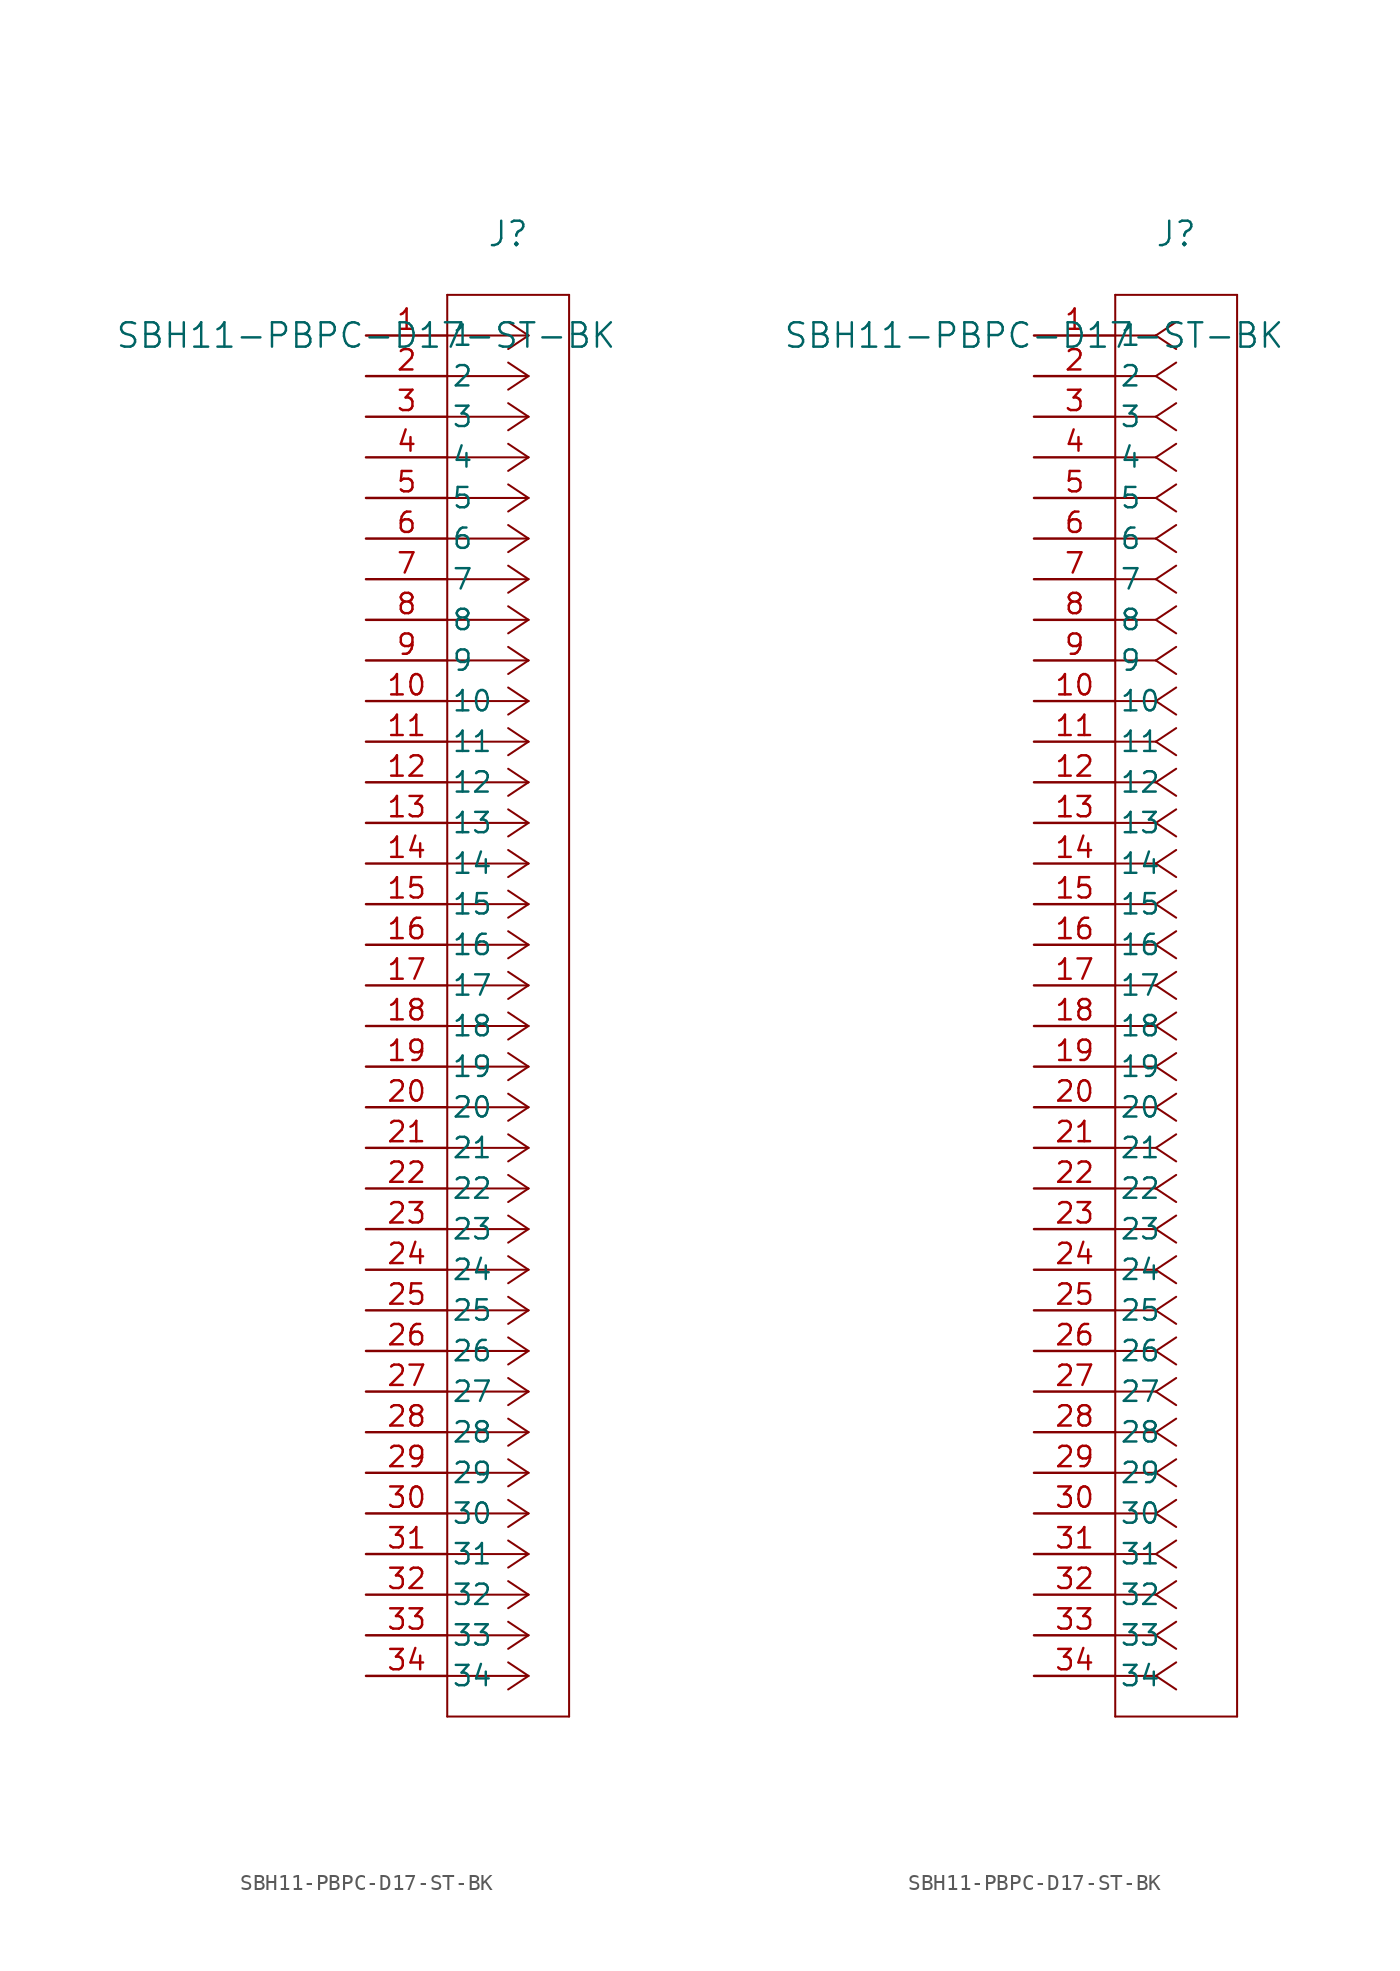
<source format=kicad_sym>
(kicad_symbol_lib
  (version 20211014)
  (generator kicad_symbol_editor)
  (symbol "SBH11-PBPC-D17-ST-BK"
    (pin_names
      (offset 0.254))
    (property "Reference" "J"
      (at 8.89 6.35 0)
      (effects (font (size 1.524 1.524))))
    (property "Value" "SBH11-PBPC-D17-ST-BK"
      (at 0 0 0)
      (effects (font (size 1.524 1.524))))
    (symbol "SBH11-PBPC-D17-ST-BK_1_1"
      (polyline (pts (xy 10.16 0) (xy 5.08 0)) (stroke (width 0.127) (type default) (color 0 0 0 0)) (fill (type none)))
      (polyline (pts (xy 10.16 -2.54) (xy 5.08 -2.54)) (stroke (width 0.127) (type default) (color 0 0 0 0)) (fill (type none)))
      (polyline (pts (xy 10.16 -5.08) (xy 5.08 -5.08)) (stroke (width 0.127) (type default) (color 0 0 0 0)) (fill (type none)))
      (polyline (pts (xy 10.16 -7.62) (xy 5.08 -7.62)) (stroke (width 0.127) (type default) (color 0 0 0 0)) (fill (type none)))
      (polyline (pts (xy 10.16 -10.16) (xy 5.08 -10.16)) (stroke (width 0.127) (type default) (color 0 0 0 0)) (fill (type none)))
      (polyline (pts (xy 10.16 -12.7) (xy 5.08 -12.7)) (stroke (width 0.127) (type default) (color 0 0 0 0)) (fill (type none)))
      (polyline (pts (xy 10.16 -15.24) (xy 5.08 -15.24)) (stroke (width 0.127) (type default) (color 0 0 0 0)) (fill (type none)))
      (polyline (pts (xy 10.16 -17.78) (xy 5.08 -17.78)) (stroke (width 0.127) (type default) (color 0 0 0 0)) (fill (type none)))
      (polyline (pts (xy 10.16 -20.32) (xy 5.08 -20.32)) (stroke (width 0.127) (type default) (color 0 0 0 0)) (fill (type none)))
      (polyline (pts (xy 10.16 -22.86) (xy 5.08 -22.86)) (stroke (width 0.127) (type default) (color 0 0 0 0)) (fill (type none)))
      (polyline (pts (xy 10.16 -25.4) (xy 5.08 -25.4)) (stroke (width 0.127) (type default) (color 0 0 0 0)) (fill (type none)))
      (polyline (pts (xy 10.16 -27.94) (xy 5.08 -27.94)) (stroke (width 0.127) (type default) (color 0 0 0 0)) (fill (type none)))
      (polyline (pts (xy 10.16 -30.48) (xy 5.08 -30.48)) (stroke (width 0.127) (type default) (color 0 0 0 0)) (fill (type none)))
      (polyline (pts (xy 10.16 -33.02) (xy 5.08 -33.02)) (stroke (width 0.127) (type default) (color 0 0 0 0)) (fill (type none)))
      (polyline (pts (xy 10.16 -35.56) (xy 5.08 -35.56)) (stroke (width 0.127) (type default) (color 0 0 0 0)) (fill (type none)))
      (polyline (pts (xy 10.16 -38.1) (xy 5.08 -38.1)) (stroke (width 0.127) (type default) (color 0 0 0 0)) (fill (type none)))
      (polyline (pts (xy 10.16 -40.64) (xy 5.08 -40.64)) (stroke (width 0.127) (type default) (color 0 0 0 0)) (fill (type none)))
      (polyline (pts (xy 10.16 -43.18) (xy 5.08 -43.18)) (stroke (width 0.127) (type default) (color 0 0 0 0)) (fill (type none)))
      (polyline (pts (xy 10.16 -45.72) (xy 5.08 -45.72)) (stroke (width 0.127) (type default) (color 0 0 0 0)) (fill (type none)))
      (polyline (pts (xy 10.16 -48.26) (xy 5.08 -48.26)) (stroke (width 0.127) (type default) (color 0 0 0 0)) (fill (type none)))
      (polyline (pts (xy 10.16 -50.8) (xy 5.08 -50.8)) (stroke (width 0.127) (type default) (color 0 0 0 0)) (fill (type none)))
      (polyline (pts (xy 10.16 -53.34) (xy 5.08 -53.34)) (stroke (width 0.127) (type default) (color 0 0 0 0)) (fill (type none)))
      (polyline (pts (xy 10.16 -55.88) (xy 5.08 -55.88)) (stroke (width 0.127) (type default) (color 0 0 0 0)) (fill (type none)))
      (polyline (pts (xy 10.16 -58.42) (xy 5.08 -58.42)) (stroke (width 0.127) (type default) (color 0 0 0 0)) (fill (type none)))
      (polyline (pts (xy 10.16 -60.96) (xy 5.08 -60.96)) (stroke (width 0.127) (type default) (color 0 0 0 0)) (fill (type none)))
      (polyline (pts (xy 10.16 -63.5) (xy 5.08 -63.5)) (stroke (width 0.127) (type default) (color 0 0 0 0)) (fill (type none)))
      (polyline (pts (xy 10.16 -66.04) (xy 5.08 -66.04)) (stroke (width 0.127) (type default) (color 0 0 0 0)) (fill (type none)))
      (polyline (pts (xy 10.16 -68.58) (xy 5.08 -68.58)) (stroke (width 0.127) (type default) (color 0 0 0 0)) (fill (type none)))
      (polyline (pts (xy 10.16 -71.12) (xy 5.08 -71.12)) (stroke (width 0.127) (type default) (color 0 0 0 0)) (fill (type none)))
      (polyline (pts (xy 10.16 -73.66) (xy 5.08 -73.66)) (stroke (width 0.127) (type default) (color 0 0 0 0)) (fill (type none)))
      (polyline (pts (xy 10.16 -76.2) (xy 5.08 -76.2)) (stroke (width 0.127) (type default) (color 0 0 0 0)) (fill (type none)))
      (polyline (pts (xy 10.16 -78.74) (xy 5.08 -78.74)) (stroke (width 0.127) (type default) (color 0 0 0 0)) (fill (type none)))
      (polyline (pts (xy 10.16 -81.28) (xy 5.08 -81.28)) (stroke (width 0.127) (type default) (color 0 0 0 0)) (fill (type none)))
      (polyline (pts (xy 10.16 -83.82) (xy 5.08 -83.82)) (stroke (width 0.127) (type default) (color 0 0 0 0)) (fill (type none)))
      (polyline (pts (xy 10.16 0) (xy 8.89 0.847)) (stroke (width 0.127) (type default) (color 0 0 0 0)) (fill (type none)))
      (polyline (pts (xy 10.16 -2.54) (xy 8.89 -1.693)) (stroke (width 0.127) (type default) (color 0 0 0 0)) (fill (type none)))
      (polyline (pts (xy 10.16 -5.08) (xy 8.89 -4.233)) (stroke (width 0.127) (type default) (color 0 0 0 0)) (fill (type none)))
      (polyline (pts (xy 10.16 -7.62) (xy 8.89 -6.773)) (stroke (width 0.127) (type default) (color 0 0 0 0)) (fill (type none)))
      (polyline (pts (xy 10.16 -10.16) (xy 8.89 -9.313)) (stroke (width 0.127) (type default) (color 0 0 0 0)) (fill (type none)))
      (polyline (pts (xy 10.16 -12.7) (xy 8.89 -11.853)) (stroke (width 0.127) (type default) (color 0 0 0 0)) (fill (type none)))
      (polyline (pts (xy 10.16 -15.24) (xy 8.89 -14.393)) (stroke (width 0.127) (type default) (color 0 0 0 0)) (fill (type none)))
      (polyline (pts (xy 10.16 -17.78) (xy 8.89 -16.933)) (stroke (width 0.127) (type default) (color 0 0 0 0)) (fill (type none)))
      (polyline (pts (xy 10.16 -20.32) (xy 8.89 -19.473)) (stroke (width 0.127) (type default) (color 0 0 0 0)) (fill (type none)))
      (polyline (pts (xy 10.16 -22.86) (xy 8.89 -22.013)) (stroke (width 0.127) (type default) (color 0 0 0 0)) (fill (type none)))
      (polyline (pts (xy 10.16 -25.4) (xy 8.89 -24.553)) (stroke (width 0.127) (type default) (color 0 0 0 0)) (fill (type none)))
      (polyline (pts (xy 10.16 -27.94) (xy 8.89 -27.093)) (stroke (width 0.127) (type default) (color 0 0 0 0)) (fill (type none)))
      (polyline (pts (xy 10.16 -30.48) (xy 8.89 -29.633)) (stroke (width 0.127) (type default) (color 0 0 0 0)) (fill (type none)))
      (polyline (pts (xy 10.16 -33.02) (xy 8.89 -32.173)) (stroke (width 0.127) (type default) (color 0 0 0 0)) (fill (type none)))
      (polyline (pts (xy 10.16 -35.56) (xy 8.89 -34.713)) (stroke (width 0.127) (type default) (color 0 0 0 0)) (fill (type none)))
      (polyline (pts (xy 10.16 -38.1) (xy 8.89 -37.253)) (stroke (width 0.127) (type default) (color 0 0 0 0)) (fill (type none)))
      (polyline (pts (xy 10.16 -40.64) (xy 8.89 -39.793)) (stroke (width 0.127) (type default) (color 0 0 0 0)) (fill (type none)))
      (polyline (pts (xy 10.16 -43.18) (xy 8.89 -42.333)) (stroke (width 0.127) (type default) (color 0 0 0 0)) (fill (type none)))
      (polyline (pts (xy 10.16 -45.72) (xy 8.89 -44.873)) (stroke (width 0.127) (type default) (color 0 0 0 0)) (fill (type none)))
      (polyline (pts (xy 10.16 -48.26) (xy 8.89 -47.413)) (stroke (width 0.127) (type default) (color 0 0 0 0)) (fill (type none)))
      (polyline (pts (xy 10.16 -50.8) (xy 8.89 -49.953)) (stroke (width 0.127) (type default) (color 0 0 0 0)) (fill (type none)))
      (polyline (pts (xy 10.16 -53.34) (xy 8.89 -52.493)) (stroke (width 0.127) (type default) (color 0 0 0 0)) (fill (type none)))
      (polyline (pts (xy 10.16 -55.88) (xy 8.89 -55.033)) (stroke (width 0.127) (type default) (color 0 0 0 0)) (fill (type none)))
      (polyline (pts (xy 10.16 -58.42) (xy 8.89 -57.573)) (stroke (width 0.127) (type default) (color 0 0 0 0)) (fill (type none)))
      (polyline (pts (xy 10.16 -60.96) (xy 8.89 -60.113)) (stroke (width 0.127) (type default) (color 0 0 0 0)) (fill (type none)))
      (polyline (pts (xy 10.16 -63.5) (xy 8.89 -62.653)) (stroke (width 0.127) (type default) (color 0 0 0 0)) (fill (type none)))
      (polyline (pts (xy 10.16 -66.04) (xy 8.89 -65.193)) (stroke (width 0.127) (type default) (color 0 0 0 0)) (fill (type none)))
      (polyline (pts (xy 10.16 -68.58) (xy 8.89 -67.733)) (stroke (width 0.127) (type default) (color 0 0 0 0)) (fill (type none)))
      (polyline (pts (xy 10.16 -71.12) (xy 8.89 -70.273)) (stroke (width 0.127) (type default) (color 0 0 0 0)) (fill (type none)))
      (polyline (pts (xy 10.16 -73.66) (xy 8.89 -72.813)) (stroke (width 0.127) (type default) (color 0 0 0 0)) (fill (type none)))
      (polyline (pts (xy 10.16 -76.2) (xy 8.89 -75.353)) (stroke (width 0.127) (type default) (color 0 0 0 0)) (fill (type none)))
      (polyline (pts (xy 10.16 -78.74) (xy 8.89 -77.893)) (stroke (width 0.127) (type default) (color 0 0 0 0)) (fill (type none)))
      (polyline (pts (xy 10.16 -81.28) (xy 8.89 -80.433)) (stroke (width 0.127) (type default) (color 0 0 0 0)) (fill (type none)))
      (polyline (pts (xy 10.16 -83.82) (xy 8.89 -82.973)) (stroke (width 0.127) (type default) (color 0 0 0 0)) (fill (type none)))
      (polyline (pts (xy 10.16 0) (xy 8.89 -0.847)) (stroke (width 0.127) (type default) (color 0 0 0 0)) (fill (type none)))
      (polyline (pts (xy 10.16 -2.54) (xy 8.89 -3.387)) (stroke (width 0.127) (type default) (color 0 0 0 0)) (fill (type none)))
      (polyline (pts (xy 10.16 -5.08) (xy 8.89 -5.927)) (stroke (width 0.127) (type default) (color 0 0 0 0)) (fill (type none)))
      (polyline (pts (xy 10.16 -7.62) (xy 8.89 -8.467)) (stroke (width 0.127) (type default) (color 0 0 0 0)) (fill (type none)))
      (polyline (pts (xy 10.16 -10.16) (xy 8.89 -11.007)) (stroke (width 0.127) (type default) (color 0 0 0 0)) (fill (type none)))
      (polyline (pts (xy 10.16 -12.7) (xy 8.89 -13.547)) (stroke (width 0.127) (type default) (color 0 0 0 0)) (fill (type none)))
      (polyline (pts (xy 10.16 -15.24) (xy 8.89 -16.087)) (stroke (width 0.127) (type default) (color 0 0 0 0)) (fill (type none)))
      (polyline (pts (xy 10.16 -17.78) (xy 8.89 -18.627)) (stroke (width 0.127) (type default) (color 0 0 0 0)) (fill (type none)))
      (polyline (pts (xy 10.16 -20.32) (xy 8.89 -21.167)) (stroke (width 0.127) (type default) (color 0 0 0 0)) (fill (type none)))
      (polyline (pts (xy 10.16 -22.86) (xy 8.89 -23.707)) (stroke (width 0.127) (type default) (color 0 0 0 0)) (fill (type none)))
      (polyline (pts (xy 10.16 -25.4) (xy 8.89 -26.247)) (stroke (width 0.127) (type default) (color 0 0 0 0)) (fill (type none)))
      (polyline (pts (xy 10.16 -27.94) (xy 8.89 -28.787)) (stroke (width 0.127) (type default) (color 0 0 0 0)) (fill (type none)))
      (polyline (pts (xy 10.16 -30.48) (xy 8.89 -31.327)) (stroke (width 0.127) (type default) (color 0 0 0 0)) (fill (type none)))
      (polyline (pts (xy 10.16 -33.02) (xy 8.89 -33.867)) (stroke (width 0.127) (type default) (color 0 0 0 0)) (fill (type none)))
      (polyline (pts (xy 10.16 -35.56) (xy 8.89 -36.407)) (stroke (width 0.127) (type default) (color 0 0 0 0)) (fill (type none)))
      (polyline (pts (xy 10.16 -38.1) (xy 8.89 -38.947)) (stroke (width 0.127) (type default) (color 0 0 0 0)) (fill (type none)))
      (polyline (pts (xy 10.16 -40.64) (xy 8.89 -41.487)) (stroke (width 0.127) (type default) (color 0 0 0 0)) (fill (type none)))
      (polyline (pts (xy 10.16 -43.18) (xy 8.89 -44.027)) (stroke (width 0.127) (type default) (color 0 0 0 0)) (fill (type none)))
      (polyline (pts (xy 10.16 -45.72) (xy 8.89 -46.567)) (stroke (width 0.127) (type default) (color 0 0 0 0)) (fill (type none)))
      (polyline (pts (xy 10.16 -48.26) (xy 8.89 -49.107)) (stroke (width 0.127) (type default) (color 0 0 0 0)) (fill (type none)))
      (polyline (pts (xy 10.16 -50.8) (xy 8.89 -51.647)) (stroke (width 0.127) (type default) (color 0 0 0 0)) (fill (type none)))
      (polyline (pts (xy 10.16 -53.34) (xy 8.89 -54.187)) (stroke (width 0.127) (type default) (color 0 0 0 0)) (fill (type none)))
      (polyline (pts (xy 10.16 -55.88) (xy 8.89 -56.727)) (stroke (width 0.127) (type default) (color 0 0 0 0)) (fill (type none)))
      (polyline (pts (xy 10.16 -58.42) (xy 8.89 -59.267)) (stroke (width 0.127) (type default) (color 0 0 0 0)) (fill (type none)))
      (polyline (pts (xy 10.16 -60.96) (xy 8.89 -61.807)) (stroke (width 0.127) (type default) (color 0 0 0 0)) (fill (type none)))
      (polyline (pts (xy 10.16 -63.5) (xy 8.89 -64.347)) (stroke (width 0.127) (type default) (color 0 0 0 0)) (fill (type none)))
      (polyline (pts (xy 10.16 -66.04) (xy 8.89 -66.887)) (stroke (width 0.127) (type default) (color 0 0 0 0)) (fill (type none)))
      (polyline (pts (xy 10.16 -68.58) (xy 8.89 -69.427)) (stroke (width 0.127) (type default) (color 0 0 0 0)) (fill (type none)))
      (polyline (pts (xy 10.16 -71.12) (xy 8.89 -71.967)) (stroke (width 0.127) (type default) (color 0 0 0 0)) (fill (type none)))
      (polyline (pts (xy 10.16 -73.66) (xy 8.89 -74.507)) (stroke (width 0.127) (type default) (color 0 0 0 0)) (fill (type none)))
      (polyline (pts (xy 10.16 -76.2) (xy 8.89 -77.047)) (stroke (width 0.127) (type default) (color 0 0 0 0)) (fill (type none)))
      (polyline (pts (xy 10.16 -78.74) (xy 8.89 -79.587)) (stroke (width 0.127) (type default) (color 0 0 0 0)) (fill (type none)))
      (polyline (pts (xy 10.16 -81.28) (xy 8.89 -82.127)) (stroke (width 0.127) (type default) (color 0 0 0 0)) (fill (type none)))
      (polyline (pts (xy 10.16 -83.82) (xy 8.89 -84.667)) (stroke (width 0.127) (type default) (color 0 0 0 0)) (fill (type none)))
      (polyline (pts (xy 5.08 2.54) (xy 5.08 -86.36)) (stroke (width 0.127) (type default) (color 0 0 0 0)) (fill (type none)))
      (polyline (pts (xy 5.08 -86.36) (xy 12.7 -86.36)) (stroke (width 0.127) (type default) (color 0 0 0 0)) (fill (type none)))
      (polyline (pts (xy 12.7 -86.36) (xy 12.7 2.54)) (stroke (width 0.127) (type default) (color 0 0 0 0)) (fill (type none)))
      (polyline (pts (xy 12.7 2.54) (xy 5.08 2.54)) (stroke (width 0.127) (type default) (color 0 0 0 0)) (fill (type none)))
      (pin unspecified line (at 0 0 0) (length 5.08) (name "1" (effects (font (size 1.27 1.27)))) (number "1" (effects (font (size 1.27 1.27)))))
      (pin unspecified line (at 0 -2.54 0) (length 5.08) (name "2" (effects (font (size 1.27 1.27)))) (number "2" (effects (font (size 1.27 1.27)))))
      (pin unspecified line (at 0 -5.08 0) (length 5.08) (name "3" (effects (font (size 1.27 1.27)))) (number "3" (effects (font (size 1.27 1.27)))))
      (pin unspecified line (at 0 -7.62 0) (length 5.08) (name "4" (effects (font (size 1.27 1.27)))) (number "4" (effects (font (size 1.27 1.27)))))
      (pin unspecified line (at 0 -10.16 0) (length 5.08) (name "5" (effects (font (size 1.27 1.27)))) (number "5" (effects (font (size 1.27 1.27)))))
      (pin unspecified line (at 0 -12.7 0) (length 5.08) (name "6" (effects (font (size 1.27 1.27)))) (number "6" (effects (font (size 1.27 1.27)))))
      (pin unspecified line (at 0 -15.24 0) (length 5.08) (name "7" (effects (font (size 1.27 1.27)))) (number "7" (effects (font (size 1.27 1.27)))))
      (pin unspecified line (at 0 -17.78 0) (length 5.08) (name "8" (effects (font (size 1.27 1.27)))) (number "8" (effects (font (size 1.27 1.27)))))
      (pin unspecified line (at 0 -20.32 0) (length 5.08) (name "9" (effects (font (size 1.27 1.27)))) (number "9" (effects (font (size 1.27 1.27)))))
      (pin unspecified line (at 0 -22.86 0) (length 5.08) (name "10" (effects (font (size 1.27 1.27)))) (number "10" (effects (font (size 1.27 1.27)))))
      (pin unspecified line (at 0 -25.4 0) (length 5.08) (name "11" (effects (font (size 1.27 1.27)))) (number "11" (effects (font (size 1.27 1.27)))))
      (pin unspecified line (at 0 -27.94 0) (length 5.08) (name "12" (effects (font (size 1.27 1.27)))) (number "12" (effects (font (size 1.27 1.27)))))
      (pin unspecified line (at 0 -30.48 0) (length 5.08) (name "13" (effects (font (size 1.27 1.27)))) (number "13" (effects (font (size 1.27 1.27)))))
      (pin unspecified line (at 0 -33.02 0) (length 5.08) (name "14" (effects (font (size 1.27 1.27)))) (number "14" (effects (font (size 1.27 1.27)))))
      (pin unspecified line (at 0 -35.56 0) (length 5.08) (name "15" (effects (font (size 1.27 1.27)))) (number "15" (effects (font (size 1.27 1.27)))))
      (pin unspecified line (at 0 -38.1 0) (length 5.08) (name "16" (effects (font (size 1.27 1.27)))) (number "16" (effects (font (size 1.27 1.27)))))
      (pin unspecified line (at 0 -40.64 0) (length 5.08) (name "17" (effects (font (size 1.27 1.27)))) (number "17" (effects (font (size 1.27 1.27)))))
      (pin unspecified line (at 0 -43.18 0) (length 5.08) (name "18" (effects (font (size 1.27 1.27)))) (number "18" (effects (font (size 1.27 1.27)))))
      (pin unspecified line (at 0 -45.72 0) (length 5.08) (name "19" (effects (font (size 1.27 1.27)))) (number "19" (effects (font (size 1.27 1.27)))))
      (pin unspecified line (at 0 -48.26 0) (length 5.08) (name "20" (effects (font (size 1.27 1.27)))) (number "20" (effects (font (size 1.27 1.27)))))
      (pin unspecified line (at 0 -50.8 0) (length 5.08) (name "21" (effects (font (size 1.27 1.27)))) (number "21" (effects (font (size 1.27 1.27)))))
      (pin unspecified line (at 0 -53.34 0) (length 5.08) (name "22" (effects (font (size 1.27 1.27)))) (number "22" (effects (font (size 1.27 1.27)))))
      (pin unspecified line (at 0 -55.88 0) (length 5.08) (name "23" (effects (font (size 1.27 1.27)))) (number "23" (effects (font (size 1.27 1.27)))))
      (pin unspecified line (at 0 -58.42 0) (length 5.08) (name "24" (effects (font (size 1.27 1.27)))) (number "24" (effects (font (size 1.27 1.27)))))
      (pin unspecified line (at 0 -60.96 0) (length 5.08) (name "25" (effects (font (size 1.27 1.27)))) (number "25" (effects (font (size 1.27 1.27)))))
      (pin unspecified line (at 0 -63.5 0) (length 5.08) (name "26" (effects (font (size 1.27 1.27)))) (number "26" (effects (font (size 1.27 1.27)))))
      (pin unspecified line (at 0 -66.04 0) (length 5.08) (name "27" (effects (font (size 1.27 1.27)))) (number "27" (effects (font (size 1.27 1.27)))))
      (pin unspecified line (at 0 -68.58 0) (length 5.08) (name "28" (effects (font (size 1.27 1.27)))) (number "28" (effects (font (size 1.27 1.27)))))
      (pin unspecified line (at 0 -71.12 0) (length 5.08) (name "29" (effects (font (size 1.27 1.27)))) (number "29" (effects (font (size 1.27 1.27)))))
      (pin unspecified line (at 0 -73.66 0) (length 5.08) (name "30" (effects (font (size 1.27 1.27)))) (number "30" (effects (font (size 1.27 1.27)))))
      (pin unspecified line (at 0 -76.2 0) (length 5.08) (name "31" (effects (font (size 1.27 1.27)))) (number "31" (effects (font (size 1.27 1.27)))))
      (pin unspecified line (at 0 -78.74 0) (length 5.08) (name "32" (effects (font (size 1.27 1.27)))) (number "32" (effects (font (size 1.27 1.27)))))
      (pin unspecified line (at 0 -81.28 0) (length 5.08) (name "33" (effects (font (size 1.27 1.27)))) (number "33" (effects (font (size 1.27 1.27)))))
      (pin unspecified line (at 0 -83.82 0) (length 5.08) (name "34" (effects (font (size 1.27 1.27)))) (number "34" (effects (font (size 1.27 1.27))))))
    (symbol "SBH11-PBPC-D17-ST-BK_1_2"
      (polyline (pts (xy 7.62 0) (xy 5.08 0)) (stroke (width 0.127) (type default) (color 0 0 0 0)) (fill (type none)))
      (polyline (pts (xy 7.62 -2.54) (xy 5.08 -2.54)) (stroke (width 0.127) (type default) (color 0 0 0 0)) (fill (type none)))
      (polyline (pts (xy 7.62 -5.08) (xy 5.08 -5.08)) (stroke (width 0.127) (type default) (color 0 0 0 0)) (fill (type none)))
      (polyline (pts (xy 7.62 -7.62) (xy 5.08 -7.62)) (stroke (width 0.127) (type default) (color 0 0 0 0)) (fill (type none)))
      (polyline (pts (xy 7.62 -10.16) (xy 5.08 -10.16)) (stroke (width 0.127) (type default) (color 0 0 0 0)) (fill (type none)))
      (polyline (pts (xy 7.62 -12.7) (xy 5.08 -12.7)) (stroke (width 0.127) (type default) (color 0 0 0 0)) (fill (type none)))
      (polyline (pts (xy 7.62 -15.24) (xy 5.08 -15.24)) (stroke (width 0.127) (type default) (color 0 0 0 0)) (fill (type none)))
      (polyline (pts (xy 7.62 -17.78) (xy 5.08 -17.78)) (stroke (width 0.127) (type default) (color 0 0 0 0)) (fill (type none)))
      (polyline (pts (xy 7.62 -20.32) (xy 5.08 -20.32)) (stroke (width 0.127) (type default) (color 0 0 0 0)) (fill (type none)))
      (polyline (pts (xy 7.62 -22.86) (xy 5.08 -22.86)) (stroke (width 0.127) (type default) (color 0 0 0 0)) (fill (type none)))
      (polyline (pts (xy 7.62 -25.4) (xy 5.08 -25.4)) (stroke (width 0.127) (type default) (color 0 0 0 0)) (fill (type none)))
      (polyline (pts (xy 7.62 -27.94) (xy 5.08 -27.94)) (stroke (width 0.127) (type default) (color 0 0 0 0)) (fill (type none)))
      (polyline (pts (xy 7.62 -30.48) (xy 5.08 -30.48)) (stroke (width 0.127) (type default) (color 0 0 0 0)) (fill (type none)))
      (polyline (pts (xy 7.62 -33.02) (xy 5.08 -33.02)) (stroke (width 0.127) (type default) (color 0 0 0 0)) (fill (type none)))
      (polyline (pts (xy 7.62 -35.56) (xy 5.08 -35.56)) (stroke (width 0.127) (type default) (color 0 0 0 0)) (fill (type none)))
      (polyline (pts (xy 7.62 -38.1) (xy 5.08 -38.1)) (stroke (width 0.127) (type default) (color 0 0 0 0)) (fill (type none)))
      (polyline (pts (xy 7.62 -40.64) (xy 5.08 -40.64)) (stroke (width 0.127) (type default) (color 0 0 0 0)) (fill (type none)))
      (polyline (pts (xy 7.62 -43.18) (xy 5.08 -43.18)) (stroke (width 0.127) (type default) (color 0 0 0 0)) (fill (type none)))
      (polyline (pts (xy 7.62 -45.72) (xy 5.08 -45.72)) (stroke (width 0.127) (type default) (color 0 0 0 0)) (fill (type none)))
      (polyline (pts (xy 7.62 -48.26) (xy 5.08 -48.26)) (stroke (width 0.127) (type default) (color 0 0 0 0)) (fill (type none)))
      (polyline (pts (xy 7.62 -50.8) (xy 5.08 -50.8)) (stroke (width 0.127) (type default) (color 0 0 0 0)) (fill (type none)))
      (polyline (pts (xy 7.62 -53.34) (xy 5.08 -53.34)) (stroke (width 0.127) (type default) (color 0 0 0 0)) (fill (type none)))
      (polyline (pts (xy 7.62 -55.88) (xy 5.08 -55.88)) (stroke (width 0.127) (type default) (color 0 0 0 0)) (fill (type none)))
      (polyline (pts (xy 7.62 -58.42) (xy 5.08 -58.42)) (stroke (width 0.127) (type default) (color 0 0 0 0)) (fill (type none)))
      (polyline (pts (xy 7.62 -60.96) (xy 5.08 -60.96)) (stroke (width 0.127) (type default) (color 0 0 0 0)) (fill (type none)))
      (polyline (pts (xy 7.62 -63.5) (xy 5.08 -63.5)) (stroke (width 0.127) (type default) (color 0 0 0 0)) (fill (type none)))
      (polyline (pts (xy 7.62 -66.04) (xy 5.08 -66.04)) (stroke (width 0.127) (type default) (color 0 0 0 0)) (fill (type none)))
      (polyline (pts (xy 7.62 -68.58) (xy 5.08 -68.58)) (stroke (width 0.127) (type default) (color 0 0 0 0)) (fill (type none)))
      (polyline (pts (xy 7.62 -71.12) (xy 5.08 -71.12)) (stroke (width 0.127) (type default) (color 0 0 0 0)) (fill (type none)))
      (polyline (pts (xy 7.62 -73.66) (xy 5.08 -73.66)) (stroke (width 0.127) (type default) (color 0 0 0 0)) (fill (type none)))
      (polyline (pts (xy 7.62 -76.2) (xy 5.08 -76.2)) (stroke (width 0.127) (type default) (color 0 0 0 0)) (fill (type none)))
      (polyline (pts (xy 7.62 -78.74) (xy 5.08 -78.74)) (stroke (width 0.127) (type default) (color 0 0 0 0)) (fill (type none)))
      (polyline (pts (xy 7.62 -81.28) (xy 5.08 -81.28)) (stroke (width 0.127) (type default) (color 0 0 0 0)) (fill (type none)))
      (polyline (pts (xy 7.62 -83.82) (xy 5.08 -83.82)) (stroke (width 0.127) (type default) (color 0 0 0 0)) (fill (type none)))
      (polyline (pts (xy 7.62 0) (xy 8.89 0.847)) (stroke (width 0.127) (type default) (color 0 0 0 0)) (fill (type none)))
      (polyline (pts (xy 7.62 -2.54) (xy 8.89 -1.693)) (stroke (width 0.127) (type default) (color 0 0 0 0)) (fill (type none)))
      (polyline (pts (xy 7.62 -5.08) (xy 8.89 -4.233)) (stroke (width 0.127) (type default) (color 0 0 0 0)) (fill (type none)))
      (polyline (pts (xy 7.62 -7.62) (xy 8.89 -6.773)) (stroke (width 0.127) (type default) (color 0 0 0 0)) (fill (type none)))
      (polyline (pts (xy 7.62 -10.16) (xy 8.89 -9.313)) (stroke (width 0.127) (type default) (color 0 0 0 0)) (fill (type none)))
      (polyline (pts (xy 7.62 -12.7) (xy 8.89 -11.853)) (stroke (width 0.127) (type default) (color 0 0 0 0)) (fill (type none)))
      (polyline (pts (xy 7.62 -15.24) (xy 8.89 -14.393)) (stroke (width 0.127) (type default) (color 0 0 0 0)) (fill (type none)))
      (polyline (pts (xy 7.62 -17.78) (xy 8.89 -16.933)) (stroke (width 0.127) (type default) (color 0 0 0 0)) (fill (type none)))
      (polyline (pts (xy 7.62 -20.32) (xy 8.89 -19.473)) (stroke (width 0.127) (type default) (color 0 0 0 0)) (fill (type none)))
      (polyline (pts (xy 7.62 -22.86) (xy 8.89 -22.013)) (stroke (width 0.127) (type default) (color 0 0 0 0)) (fill (type none)))
      (polyline (pts (xy 7.62 -25.4) (xy 8.89 -24.553)) (stroke (width 0.127) (type default) (color 0 0 0 0)) (fill (type none)))
      (polyline (pts (xy 7.62 -27.94) (xy 8.89 -27.093)) (stroke (width 0.127) (type default) (color 0 0 0 0)) (fill (type none)))
      (polyline (pts (xy 7.62 -30.48) (xy 8.89 -29.633)) (stroke (width 0.127) (type default) (color 0 0 0 0)) (fill (type none)))
      (polyline (pts (xy 7.62 -33.02) (xy 8.89 -32.173)) (stroke (width 0.127) (type default) (color 0 0 0 0)) (fill (type none)))
      (polyline (pts (xy 7.62 -35.56) (xy 8.89 -34.713)) (stroke (width 0.127) (type default) (color 0 0 0 0)) (fill (type none)))
      (polyline (pts (xy 7.62 -38.1) (xy 8.89 -37.253)) (stroke (width 0.127) (type default) (color 0 0 0 0)) (fill (type none)))
      (polyline (pts (xy 7.62 -40.64) (xy 8.89 -39.793)) (stroke (width 0.127) (type default) (color 0 0 0 0)) (fill (type none)))
      (polyline (pts (xy 7.62 -43.18) (xy 8.89 -42.333)) (stroke (width 0.127) (type default) (color 0 0 0 0)) (fill (type none)))
      (polyline (pts (xy 7.62 -45.72) (xy 8.89 -44.873)) (stroke (width 0.127) (type default) (color 0 0 0 0)) (fill (type none)))
      (polyline (pts (xy 7.62 -48.26) (xy 8.89 -47.413)) (stroke (width 0.127) (type default) (color 0 0 0 0)) (fill (type none)))
      (polyline (pts (xy 7.62 -50.8) (xy 8.89 -49.953)) (stroke (width 0.127) (type default) (color 0 0 0 0)) (fill (type none)))
      (polyline (pts (xy 7.62 -53.34) (xy 8.89 -52.493)) (stroke (width 0.127) (type default) (color 0 0 0 0)) (fill (type none)))
      (polyline (pts (xy 7.62 -55.88) (xy 8.89 -55.033)) (stroke (width 0.127) (type default) (color 0 0 0 0)) (fill (type none)))
      (polyline (pts (xy 7.62 -58.42) (xy 8.89 -57.573)) (stroke (width 0.127) (type default) (color 0 0 0 0)) (fill (type none)))
      (polyline (pts (xy 7.62 -60.96) (xy 8.89 -60.113)) (stroke (width 0.127) (type default) (color 0 0 0 0)) (fill (type none)))
      (polyline (pts (xy 7.62 -63.5) (xy 8.89 -62.653)) (stroke (width 0.127) (type default) (color 0 0 0 0)) (fill (type none)))
      (polyline (pts (xy 7.62 -66.04) (xy 8.89 -65.193)) (stroke (width 0.127) (type default) (color 0 0 0 0)) (fill (type none)))
      (polyline (pts (xy 7.62 -68.58) (xy 8.89 -67.733)) (stroke (width 0.127) (type default) (color 0 0 0 0)) (fill (type none)))
      (polyline (pts (xy 7.62 -71.12) (xy 8.89 -70.273)) (stroke (width 0.127) (type default) (color 0 0 0 0)) (fill (type none)))
      (polyline (pts (xy 7.62 -73.66) (xy 8.89 -72.813)) (stroke (width 0.127) (type default) (color 0 0 0 0)) (fill (type none)))
      (polyline (pts (xy 7.62 -76.2) (xy 8.89 -75.353)) (stroke (width 0.127) (type default) (color 0 0 0 0)) (fill (type none)))
      (polyline (pts (xy 7.62 -78.74) (xy 8.89 -77.893)) (stroke (width 0.127) (type default) (color 0 0 0 0)) (fill (type none)))
      (polyline (pts (xy 7.62 -81.28) (xy 8.89 -80.433)) (stroke (width 0.127) (type default) (color 0 0 0 0)) (fill (type none)))
      (polyline (pts (xy 7.62 -83.82) (xy 8.89 -82.973)) (stroke (width 0.127) (type default) (color 0 0 0 0)) (fill (type none)))
      (polyline (pts (xy 7.62 0) (xy 8.89 -0.847)) (stroke (width 0.127) (type default) (color 0 0 0 0)) (fill (type none)))
      (polyline (pts (xy 7.62 -2.54) (xy 8.89 -3.387)) (stroke (width 0.127) (type default) (color 0 0 0 0)) (fill (type none)))
      (polyline (pts (xy 7.62 -5.08) (xy 8.89 -5.927)) (stroke (width 0.127) (type default) (color 0 0 0 0)) (fill (type none)))
      (polyline (pts (xy 7.62 -7.62) (xy 8.89 -8.467)) (stroke (width 0.127) (type default) (color 0 0 0 0)) (fill (type none)))
      (polyline (pts (xy 7.62 -10.16) (xy 8.89 -11.007)) (stroke (width 0.127) (type default) (color 0 0 0 0)) (fill (type none)))
      (polyline (pts (xy 7.62 -12.7) (xy 8.89 -13.547)) (stroke (width 0.127) (type default) (color 0 0 0 0)) (fill (type none)))
      (polyline (pts (xy 7.62 -15.24) (xy 8.89 -16.087)) (stroke (width 0.127) (type default) (color 0 0 0 0)) (fill (type none)))
      (polyline (pts (xy 7.62 -17.78) (xy 8.89 -18.627)) (stroke (width 0.127) (type default) (color 0 0 0 0)) (fill (type none)))
      (polyline (pts (xy 7.62 -20.32) (xy 8.89 -21.167)) (stroke (width 0.127) (type default) (color 0 0 0 0)) (fill (type none)))
      (polyline (pts (xy 7.62 -22.86) (xy 8.89 -23.707)) (stroke (width 0.127) (type default) (color 0 0 0 0)) (fill (type none)))
      (polyline (pts (xy 7.62 -25.4) (xy 8.89 -26.247)) (stroke (width 0.127) (type default) (color 0 0 0 0)) (fill (type none)))
      (polyline (pts (xy 7.62 -27.94) (xy 8.89 -28.787)) (stroke (width 0.127) (type default) (color 0 0 0 0)) (fill (type none)))
      (polyline (pts (xy 7.62 -30.48) (xy 8.89 -31.327)) (stroke (width 0.127) (type default) (color 0 0 0 0)) (fill (type none)))
      (polyline (pts (xy 7.62 -33.02) (xy 8.89 -33.867)) (stroke (width 0.127) (type default) (color 0 0 0 0)) (fill (type none)))
      (polyline (pts (xy 7.62 -35.56) (xy 8.89 -36.407)) (stroke (width 0.127) (type default) (color 0 0 0 0)) (fill (type none)))
      (polyline (pts (xy 7.62 -38.1) (xy 8.89 -38.947)) (stroke (width 0.127) (type default) (color 0 0 0 0)) (fill (type none)))
      (polyline (pts (xy 7.62 -40.64) (xy 8.89 -41.487)) (stroke (width 0.127) (type default) (color 0 0 0 0)) (fill (type none)))
      (polyline (pts (xy 7.62 -43.18) (xy 8.89 -44.027)) (stroke (width 0.127) (type default) (color 0 0 0 0)) (fill (type none)))
      (polyline (pts (xy 7.62 -45.72) (xy 8.89 -46.567)) (stroke (width 0.127) (type default) (color 0 0 0 0)) (fill (type none)))
      (polyline (pts (xy 7.62 -48.26) (xy 8.89 -49.107)) (stroke (width 0.127) (type default) (color 0 0 0 0)) (fill (type none)))
      (polyline (pts (xy 7.62 -50.8) (xy 8.89 -51.647)) (stroke (width 0.127) (type default) (color 0 0 0 0)) (fill (type none)))
      (polyline (pts (xy 7.62 -53.34) (xy 8.89 -54.187)) (stroke (width 0.127) (type default) (color 0 0 0 0)) (fill (type none)))
      (polyline (pts (xy 7.62 -55.88) (xy 8.89 -56.727)) (stroke (width 0.127) (type default) (color 0 0 0 0)) (fill (type none)))
      (polyline (pts (xy 7.62 -58.42) (xy 8.89 -59.267)) (stroke (width 0.127) (type default) (color 0 0 0 0)) (fill (type none)))
      (polyline (pts (xy 7.62 -60.96) (xy 8.89 -61.807)) (stroke (width 0.127) (type default) (color 0 0 0 0)) (fill (type none)))
      (polyline (pts (xy 7.62 -63.5) (xy 8.89 -64.347)) (stroke (width 0.127) (type default) (color 0 0 0 0)) (fill (type none)))
      (polyline (pts (xy 7.62 -66.04) (xy 8.89 -66.887)) (stroke (width 0.127) (type default) (color 0 0 0 0)) (fill (type none)))
      (polyline (pts (xy 7.62 -68.58) (xy 8.89 -69.427)) (stroke (width 0.127) (type default) (color 0 0 0 0)) (fill (type none)))
      (polyline (pts (xy 7.62 -71.12) (xy 8.89 -71.967)) (stroke (width 0.127) (type default) (color 0 0 0 0)) (fill (type none)))
      (polyline (pts (xy 7.62 -73.66) (xy 8.89 -74.507)) (stroke (width 0.127) (type default) (color 0 0 0 0)) (fill (type none)))
      (polyline (pts (xy 7.62 -76.2) (xy 8.89 -77.047)) (stroke (width 0.127) (type default) (color 0 0 0 0)) (fill (type none)))
      (polyline (pts (xy 7.62 -78.74) (xy 8.89 -79.587)) (stroke (width 0.127) (type default) (color 0 0 0 0)) (fill (type none)))
      (polyline (pts (xy 7.62 -81.28) (xy 8.89 -82.127)) (stroke (width 0.127) (type default) (color 0 0 0 0)) (fill (type none)))
      (polyline (pts (xy 7.62 -83.82) (xy 8.89 -84.667)) (stroke (width 0.127) (type default) (color 0 0 0 0)) (fill (type none)))
      (polyline (pts (xy 5.08 2.54) (xy 5.08 -86.36)) (stroke (width 0.127) (type default) (color 0 0 0 0)) (fill (type none)))
      (polyline (pts (xy 5.08 -86.36) (xy 12.7 -86.36)) (stroke (width 0.127) (type default) (color 0 0 0 0)) (fill (type none)))
      (polyline (pts (xy 12.7 -86.36) (xy 12.7 2.54)) (stroke (width 0.127) (type default) (color 0 0 0 0)) (fill (type none)))
      (polyline (pts (xy 12.7 2.54) (xy 5.08 2.54)) (stroke (width 0.127) (type default) (color 0 0 0 0)) (fill (type none)))
      (pin unspecified line (at 0 0 0) (length 5.08) (name "1" (effects (font (size 1.27 1.27)))) (number "1" (effects (font (size 1.27 1.27)))))
      (pin unspecified line (at 0 -2.54 0) (length 5.08) (name "2" (effects (font (size 1.27 1.27)))) (number "2" (effects (font (size 1.27 1.27)))))
      (pin unspecified line (at 0 -5.08 0) (length 5.08) (name "3" (effects (font (size 1.27 1.27)))) (number "3" (effects (font (size 1.27 1.27)))))
      (pin unspecified line (at 0 -7.62 0) (length 5.08) (name "4" (effects (font (size 1.27 1.27)))) (number "4" (effects (font (size 1.27 1.27)))))
      (pin unspecified line (at 0 -10.16 0) (length 5.08) (name "5" (effects (font (size 1.27 1.27)))) (number "5" (effects (font (size 1.27 1.27)))))
      (pin unspecified line (at 0 -12.7 0) (length 5.08) (name "6" (effects (font (size 1.27 1.27)))) (number "6" (effects (font (size 1.27 1.27)))))
      (pin unspecified line (at 0 -15.24 0) (length 5.08) (name "7" (effects (font (size 1.27 1.27)))) (number "7" (effects (font (size 1.27 1.27)))))
      (pin unspecified line (at 0 -17.78 0) (length 5.08) (name "8" (effects (font (size 1.27 1.27)))) (number "8" (effects (font (size 1.27 1.27)))))
      (pin unspecified line (at 0 -20.32 0) (length 5.08) (name "9" (effects (font (size 1.27 1.27)))) (number "9" (effects (font (size 1.27 1.27)))))
      (pin unspecified line (at 0 -22.86 0) (length 5.08) (name "10" (effects (font (size 1.27 1.27)))) (number "10" (effects (font (size 1.27 1.27)))))
      (pin unspecified line (at 0 -25.4 0) (length 5.08) (name "11" (effects (font (size 1.27 1.27)))) (number "11" (effects (font (size 1.27 1.27)))))
      (pin unspecified line (at 0 -27.94 0) (length 5.08) (name "12" (effects (font (size 1.27 1.27)))) (number "12" (effects (font (size 1.27 1.27)))))
      (pin unspecified line (at 0 -30.48 0) (length 5.08) (name "13" (effects (font (size 1.27 1.27)))) (number "13" (effects (font (size 1.27 1.27)))))
      (pin unspecified line (at 0 -33.02 0) (length 5.08) (name "14" (effects (font (size 1.27 1.27)))) (number "14" (effects (font (size 1.27 1.27)))))
      (pin unspecified line (at 0 -35.56 0) (length 5.08) (name "15" (effects (font (size 1.27 1.27)))) (number "15" (effects (font (size 1.27 1.27)))))
      (pin unspecified line (at 0 -38.1 0) (length 5.08) (name "16" (effects (font (size 1.27 1.27)))) (number "16" (effects (font (size 1.27 1.27)))))
      (pin unspecified line (at 0 -40.64 0) (length 5.08) (name "17" (effects (font (size 1.27 1.27)))) (number "17" (effects (font (size 1.27 1.27)))))
      (pin unspecified line (at 0 -43.18 0) (length 5.08) (name "18" (effects (font (size 1.27 1.27)))) (number "18" (effects (font (size 1.27 1.27)))))
      (pin unspecified line (at 0 -45.72 0) (length 5.08) (name "19" (effects (font (size 1.27 1.27)))) (number "19" (effects (font (size 1.27 1.27)))))
      (pin unspecified line (at 0 -48.26 0) (length 5.08) (name "20" (effects (font (size 1.27 1.27)))) (number "20" (effects (font (size 1.27 1.27)))))
      (pin unspecified line (at 0 -50.8 0) (length 5.08) (name "21" (effects (font (size 1.27 1.27)))) (number "21" (effects (font (size 1.27 1.27)))))
      (pin unspecified line (at 0 -53.34 0) (length 5.08) (name "22" (effects (font (size 1.27 1.27)))) (number "22" (effects (font (size 1.27 1.27)))))
      (pin unspecified line (at 0 -55.88 0) (length 5.08) (name "23" (effects (font (size 1.27 1.27)))) (number "23" (effects (font (size 1.27 1.27)))))
      (pin unspecified line (at 0 -58.42 0) (length 5.08) (name "24" (effects (font (size 1.27 1.27)))) (number "24" (effects (font (size 1.27 1.27)))))
      (pin unspecified line (at 0 -60.96 0) (length 5.08) (name "25" (effects (font (size 1.27 1.27)))) (number "25" (effects (font (size 1.27 1.27)))))
      (pin unspecified line (at 0 -63.5 0) (length 5.08) (name "26" (effects (font (size 1.27 1.27)))) (number "26" (effects (font (size 1.27 1.27)))))
      (pin unspecified line (at 0 -66.04 0) (length 5.08) (name "27" (effects (font (size 1.27 1.27)))) (number "27" (effects (font (size 1.27 1.27)))))
      (pin unspecified line (at 0 -68.58 0) (length 5.08) (name "28" (effects (font (size 1.27 1.27)))) (number "28" (effects (font (size 1.27 1.27)))))
      (pin unspecified line (at 0 -71.12 0) (length 5.08) (name "29" (effects (font (size 1.27 1.27)))) (number "29" (effects (font (size 1.27 1.27)))))
      (pin unspecified line (at 0 -73.66 0) (length 5.08) (name "30" (effects (font (size 1.27 1.27)))) (number "30" (effects (font (size 1.27 1.27)))))
      (pin unspecified line (at 0 -76.2 0) (length 5.08) (name "31" (effects (font (size 1.27 1.27)))) (number "31" (effects (font (size 1.27 1.27)))))
      (pin unspecified line (at 0 -78.74 0) (length 5.08) (name "32" (effects (font (size 1.27 1.27)))) (number "32" (effects (font (size 1.27 1.27)))))
      (pin unspecified line (at 0 -81.28 0) (length 5.08) (name "33" (effects (font (size 1.27 1.27)))) (number "33" (effects (font (size 1.27 1.27)))))
      (pin unspecified line (at 0 -83.82 0) (length 5.08) (name "34" (effects (font (size 1.27 1.27)))) (number "34" (effects (font (size 1.27 1.27))))))))
</source>
